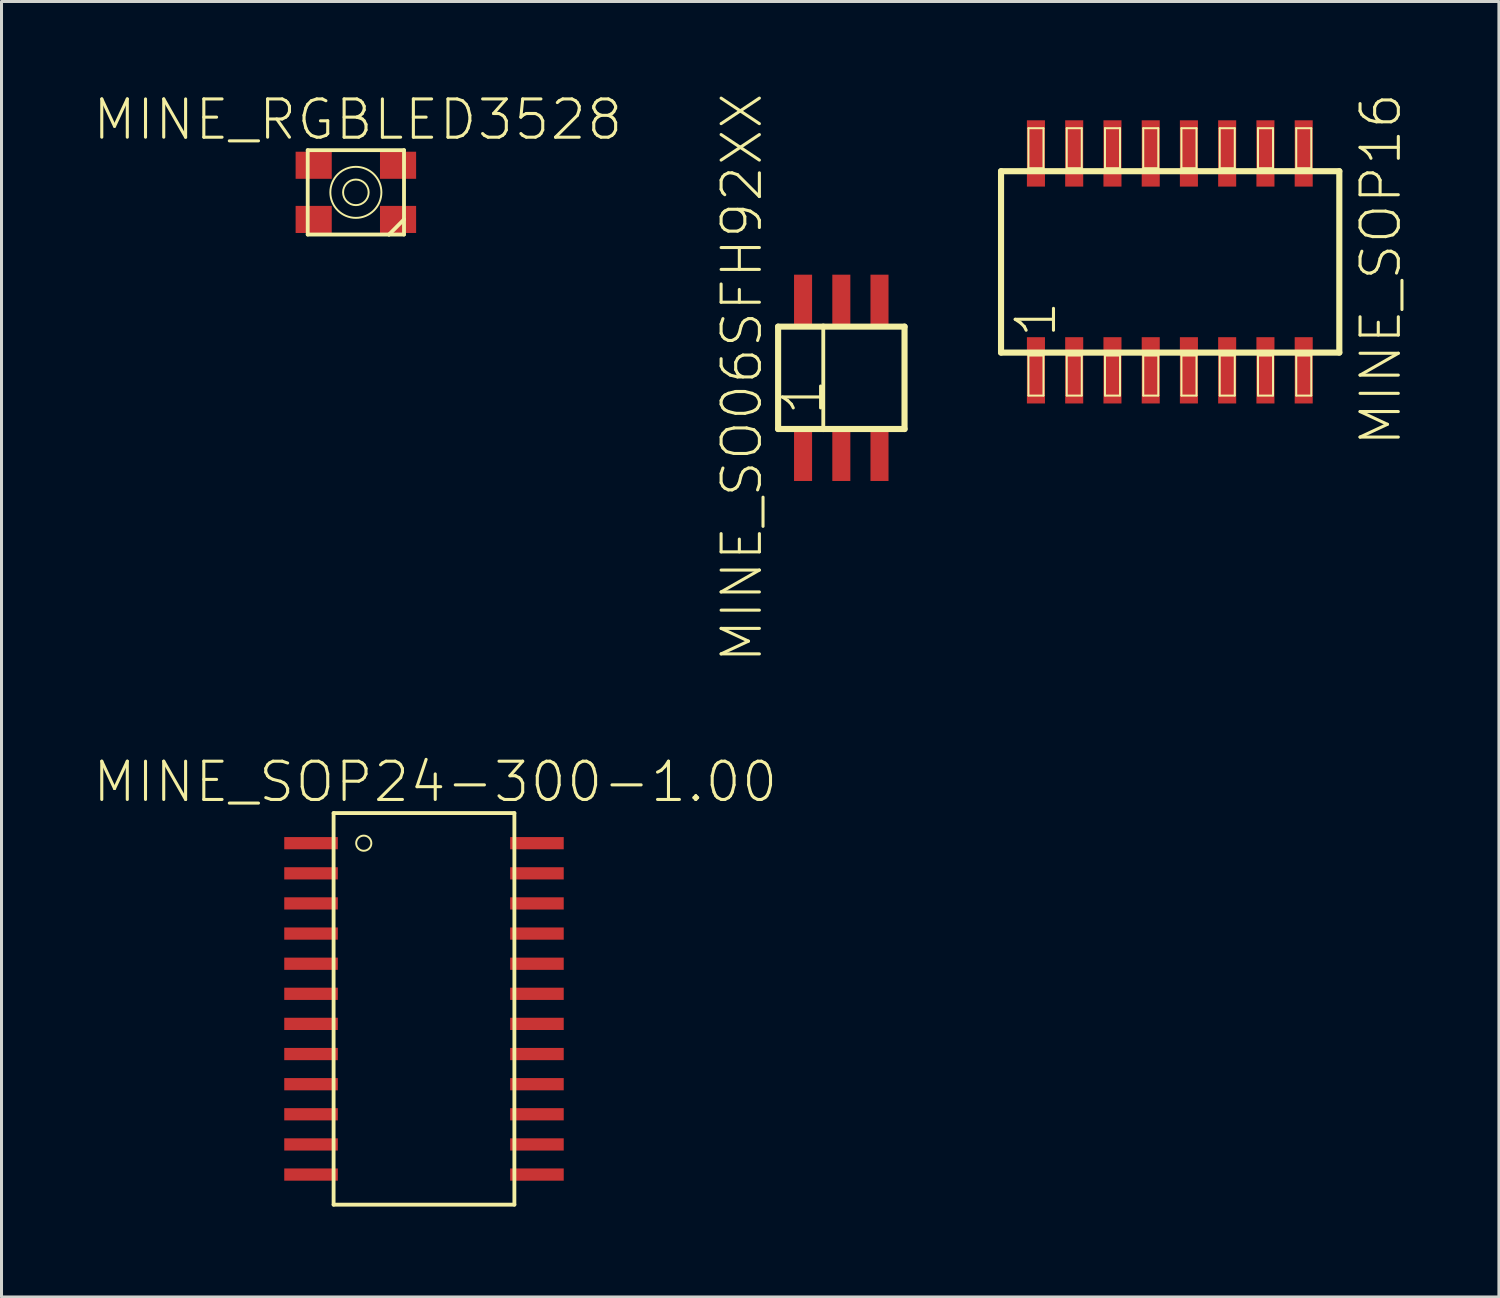
<source format=kicad_pcb>
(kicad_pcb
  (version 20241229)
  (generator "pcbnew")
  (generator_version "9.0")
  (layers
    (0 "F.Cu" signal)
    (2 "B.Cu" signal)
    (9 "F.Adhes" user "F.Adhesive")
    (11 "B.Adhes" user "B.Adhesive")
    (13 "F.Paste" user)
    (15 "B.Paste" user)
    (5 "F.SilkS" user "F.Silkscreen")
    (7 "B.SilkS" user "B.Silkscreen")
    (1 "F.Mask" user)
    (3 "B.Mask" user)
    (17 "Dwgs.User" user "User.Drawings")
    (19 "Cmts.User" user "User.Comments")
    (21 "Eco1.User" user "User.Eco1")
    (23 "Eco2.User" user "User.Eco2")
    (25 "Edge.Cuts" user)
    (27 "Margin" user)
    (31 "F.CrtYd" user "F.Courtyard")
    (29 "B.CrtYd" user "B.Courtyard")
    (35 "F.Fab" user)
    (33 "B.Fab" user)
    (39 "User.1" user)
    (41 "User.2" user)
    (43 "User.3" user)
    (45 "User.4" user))
  (footprint "MINE_RGBLED3528"
    (layer "F.Cu")
    (at 8.761 3.334)
    (property "Reference" "MINE_RGBLED3528" (at 0.064 -2.413 0) (layer "F.SilkS") (effects (font (size 1.27 1.27) (thickness 0.102))))
    (attr smd)
    (fp_line (start -1.598 -1.4) (end -1.598 1.4) (stroke (width 0.127) (type solid)) (layer "F.SilkS"))
    (fp_line (start -1.598 -1.4) (end 1.598 -1.4) (stroke (width 0.127) (type solid)) (layer "F.SilkS"))
    (fp_line (start -1.598 1.4) (end 1.1 1.4) (stroke (width 0.127) (type solid)) (layer "F.SilkS"))
    (fp_line (start 1.1 1.4) (end 1.598 0.899) (stroke (width 0.127) (type solid)) (layer "F.SilkS"))
    (fp_line (start 1.1 1.4) (end 1.598 1.4) (stroke (width 0.127) (type solid)) (layer "F.SilkS"))
    (fp_line (start 1.598 0.899) (end 1.598 -1.4) (stroke (width 0.127) (type solid)) (layer "F.SilkS"))
    (fp_line (start 1.598 1.4) (end 1.598 0.899) (stroke (width 0.127) (type solid)) (layer "F.SilkS"))
    (fp_circle (center 0 0) (end -0.599 0.599) (stroke (width 0.064) (type solid)) (fill no) (layer "F.SilkS"))
    (fp_circle (center 0 0) (end -0.3 0.3) (stroke (width 0.064) (type solid)) (fill no) (layer "F.SilkS"))
    (pad "1" smd rect (at 1.4 0.899) (size 1.199 0.899) (layers "F.Cu" "F.Mask" "F.Paste"))
    (pad "2" smd rect (at -1.4 0.899) (size 1.199 0.899) (layers "F.Cu" "F.Mask" "F.Paste"))
    (pad "3" smd rect (at -1.4 -0.899) (size 1.199 0.899) (layers "F.Cu" "F.Mask" "F.Paste"))
    (pad "4" smd rect (at 1.4 -0.899) (size 1.199 0.899) (layers "F.Cu" "F.Mask" "F.Paste")))
  (footprint "MINE_SOP16"
    (layer "F.Cu")
    (at 35.777 5.642)
    (property "Reference" "MINE_SOP16" (at 7 0.25 90) (layer "F.SilkS") (effects (font (size 1.27 1.27) (thickness 0.102))))
    (attr smd)
    (fp_line (start -5.603 -3.01) (end 5.624 -3.01) (stroke (width 0.203) (type solid)) (layer "F.SilkS"))
    (fp_line (start -5.603 3.01) (end -5.603 -3.01) (stroke (width 0.203) (type solid)) (layer "F.SilkS"))
    (fp_line (start -4.694 -4.437) (end -4.194 -4.437) (stroke (width 0.066) (type solid)) (layer "F.SilkS"))
    (fp_line (start -4.694 -3.109) (end -4.694 -4.437) (stroke (width 0.066) (type solid)) (layer "F.SilkS"))
    (fp_line (start -4.694 -3.109) (end -4.194 -3.109) (stroke (width 0.066) (type solid)) (layer "F.SilkS"))
    (fp_line (start -4.694 3.109) (end -4.194 3.109) (stroke (width 0.066) (type solid)) (layer "F.SilkS"))
    (fp_line (start -4.694 4.437) (end -4.694 3.109) (stroke (width 0.066) (type solid)) (layer "F.SilkS"))
    (fp_line (start -4.694 4.437) (end -4.194 4.437) (stroke (width 0.066) (type solid)) (layer "F.SilkS"))
    (fp_line (start -4.194 -3.109) (end -4.194 -4.437) (stroke (width 0.066) (type solid)) (layer "F.SilkS"))
    (fp_line (start -4.194 4.437) (end -4.194 3.109) (stroke (width 0.066) (type solid)) (layer "F.SilkS"))
    (fp_line (start -3.424 -4.437) (end -2.924 -4.437) (stroke (width 0.066) (type solid)) (layer "F.SilkS"))
    (fp_line (start -3.424 -3.109) (end -3.424 -4.437) (stroke (width 0.066) (type solid)) (layer "F.SilkS"))
    (fp_line (start -3.424 -3.109) (end -2.924 -3.109) (stroke (width 0.066) (type solid)) (layer "F.SilkS"))
    (fp_line (start -3.424 3.109) (end -2.924 3.109) (stroke (width 0.066) (type solid)) (layer "F.SilkS"))
    (fp_line (start -3.424 4.437) (end -3.424 3.109) (stroke (width 0.066) (type solid)) (layer "F.SilkS"))
    (fp_line (start -3.424 4.437) (end -2.924 4.437) (stroke (width 0.066) (type solid)) (layer "F.SilkS"))
    (fp_line (start -2.924 -3.109) (end -2.924 -4.437) (stroke (width 0.066) (type solid)) (layer "F.SilkS"))
    (fp_line (start -2.924 4.437) (end -2.924 3.109) (stroke (width 0.066) (type solid)) (layer "F.SilkS"))
    (fp_line (start -2.154 -4.437) (end -1.654 -4.437) (stroke (width 0.066) (type solid)) (layer "F.SilkS"))
    (fp_line (start -2.154 -3.109) (end -2.154 -4.437) (stroke (width 0.066) (type solid)) (layer "F.SilkS"))
    (fp_line (start -2.154 -3.109) (end -1.654 -3.109) (stroke (width 0.066) (type solid)) (layer "F.SilkS"))
    (fp_line (start -2.154 3.109) (end -1.654 3.109) (stroke (width 0.066) (type solid)) (layer "F.SilkS"))
    (fp_line (start -2.154 4.437) (end -2.154 3.109) (stroke (width 0.066) (type solid)) (layer "F.SilkS"))
    (fp_line (start -2.154 4.437) (end -1.654 4.437) (stroke (width 0.066) (type solid)) (layer "F.SilkS"))
    (fp_line (start -1.654 -3.109) (end -1.654 -4.437) (stroke (width 0.066) (type solid)) (layer "F.SilkS"))
    (fp_line (start -1.654 4.437) (end -1.654 3.109) (stroke (width 0.066) (type solid)) (layer "F.SilkS"))
    (fp_line (start -0.884 -4.437) (end -0.384 -4.437) (stroke (width 0.066) (type solid)) (layer "F.SilkS"))
    (fp_line (start -0.884 -3.109) (end -0.884 -4.437) (stroke (width 0.066) (type solid)) (layer "F.SilkS"))
    (fp_line (start -0.884 -3.109) (end -0.384 -3.109) (stroke (width 0.066) (type solid)) (layer "F.SilkS"))
    (fp_line (start -0.884 3.109) (end -0.384 3.109) (stroke (width 0.066) (type solid)) (layer "F.SilkS"))
    (fp_line (start -0.884 4.437) (end -0.884 3.109) (stroke (width 0.066) (type solid)) (layer "F.SilkS"))
    (fp_line (start -0.884 4.437) (end -0.384 4.437) (stroke (width 0.066) (type solid)) (layer "F.SilkS"))
    (fp_line (start -0.384 -3.109) (end -0.384 -4.437) (stroke (width 0.066) (type solid)) (layer "F.SilkS"))
    (fp_line (start -0.384 4.437) (end -0.384 3.109) (stroke (width 0.066) (type solid)) (layer "F.SilkS"))
    (fp_line (start 0.384 -4.437) (end 0.884 -4.437) (stroke (width 0.066) (type solid)) (layer "F.SilkS"))
    (fp_line (start 0.384 -3.109) (end 0.384 -4.437) (stroke (width 0.066) (type solid)) (layer "F.SilkS"))
    (fp_line (start 0.384 -3.109) (end 0.884 -3.109) (stroke (width 0.066) (type solid)) (layer "F.SilkS"))
    (fp_line (start 0.384 3.109) (end 0.884 3.109) (stroke (width 0.066) (type solid)) (layer "F.SilkS"))
    (fp_line (start 0.384 4.437) (end 0.384 3.109) (stroke (width 0.066) (type solid)) (layer "F.SilkS"))
    (fp_line (start 0.384 4.437) (end 0.884 4.437) (stroke (width 0.066) (type solid)) (layer "F.SilkS"))
    (fp_line (start 0.884 -3.109) (end 0.884 -4.437) (stroke (width 0.066) (type solid)) (layer "F.SilkS"))
    (fp_line (start 0.884 4.437) (end 0.884 3.109) (stroke (width 0.066) (type solid)) (layer "F.SilkS"))
    (fp_line (start 1.654 -4.437) (end 2.154 -4.437) (stroke (width 0.066) (type solid)) (layer "F.SilkS"))
    (fp_line (start 1.654 -3.109) (end 1.654 -4.437) (stroke (width 0.066) (type solid)) (layer "F.SilkS"))
    (fp_line (start 1.654 -3.109) (end 2.154 -3.109) (stroke (width 0.066) (type solid)) (layer "F.SilkS"))
    (fp_line (start 1.654 3.109) (end 2.154 3.109) (stroke (width 0.066) (type solid)) (layer "F.SilkS"))
    (fp_line (start 1.654 4.437) (end 1.654 3.109) (stroke (width 0.066) (type solid)) (layer "F.SilkS"))
    (fp_line (start 1.654 4.437) (end 2.154 4.437) (stroke (width 0.066) (type solid)) (layer "F.SilkS"))
    (fp_line (start 2.154 -3.109) (end 2.154 -4.437) (stroke (width 0.066) (type solid)) (layer "F.SilkS"))
    (fp_line (start 2.154 4.437) (end 2.154 3.109) (stroke (width 0.066) (type solid)) (layer "F.SilkS"))
    (fp_line (start 2.924 -4.437) (end 3.424 -4.437) (stroke (width 0.066) (type solid)) (layer "F.SilkS"))
    (fp_line (start 2.924 -3.109) (end 2.924 -4.437) (stroke (width 0.066) (type solid)) (layer "F.SilkS"))
    (fp_line (start 2.924 -3.109) (end 3.424 -3.109) (stroke (width 0.066) (type solid)) (layer "F.SilkS"))
    (fp_line (start 2.924 3.109) (end 3.424 3.109) (stroke (width 0.066) (type solid)) (layer "F.SilkS"))
    (fp_line (start 2.924 4.437) (end 2.924 3.109) (stroke (width 0.066) (type solid)) (layer "F.SilkS"))
    (fp_line (start 2.924 4.437) (end 3.424 4.437) (stroke (width 0.066) (type solid)) (layer "F.SilkS"))
    (fp_line (start 3.424 -3.109) (end 3.424 -4.437) (stroke (width 0.066) (type solid)) (layer "F.SilkS"))
    (fp_line (start 3.424 4.437) (end 3.424 3.109) (stroke (width 0.066) (type solid)) (layer "F.SilkS"))
    (fp_line (start 4.194 -4.437) (end 4.694 -4.437) (stroke (width 0.066) (type solid)) (layer "F.SilkS"))
    (fp_line (start 4.194 -3.109) (end 4.194 -4.437) (stroke (width 0.066) (type solid)) (layer "F.SilkS"))
    (fp_line (start 4.194 -3.109) (end 4.694 -3.109) (stroke (width 0.066) (type solid)) (layer "F.SilkS"))
    (fp_line (start 4.194 3.109) (end 4.694 3.109) (stroke (width 0.066) (type solid)) (layer "F.SilkS"))
    (fp_line (start 4.194 4.437) (end 4.194 3.109) (stroke (width 0.066) (type solid)) (layer "F.SilkS"))
    (fp_line (start 4.194 4.437) (end 4.694 4.437) (stroke (width 0.066) (type solid)) (layer "F.SilkS"))
    (fp_line (start 4.694 -3.109) (end 4.694 -4.437) (stroke (width 0.066) (type solid)) (layer "F.SilkS"))
    (fp_line (start 4.694 4.437) (end 4.694 3.109) (stroke (width 0.066) (type solid)) (layer "F.SilkS"))
    (fp_line (start 5.624 -3.01) (end 5.624 3.01) (stroke (width 0.203) (type solid)) (layer "F.SilkS"))
    (fp_line (start 5.624 3.01) (end -5.603 3.01) (stroke (width 0.203) (type solid)) (layer "F.SilkS"))
    (fp_text user "1" (at -4.445 1.905 90) (layer "F.SilkS") (effects (font (size 1.27 1.27) (thickness 0.102))))
    (pad "1" smd rect (at -4.445 3.599) (size 0.599 2.2) (layers "F.Cu" "F.Mask" "F.Paste"))
    (pad "2" smd rect (at -3.175 3.599) (size 0.599 2.2) (layers "F.Cu" "F.Mask" "F.Paste"))
    (pad "3" smd rect (at -1.905 3.599) (size 0.599 2.2) (layers "F.Cu" "F.Mask" "F.Paste"))
    (pad "4" smd rect (at -0.635 3.599) (size 0.599 2.2) (layers "F.Cu" "F.Mask" "F.Paste"))
    (pad "5" smd rect (at 0.632 3.599) (size 0.599 2.2) (layers "F.Cu" "F.Mask" "F.Paste"))
    (pad "6" smd rect (at 1.902 3.599) (size 0.599 2.2) (layers "F.Cu" "F.Mask" "F.Paste"))
    (pad "7" smd rect (at 3.172 3.599) (size 0.599 2.2) (layers "F.Cu" "F.Mask" "F.Paste"))
    (pad "8" smd rect (at 4.442 3.599) (size 0.599 2.2) (layers "F.Cu" "F.Mask" "F.Paste"))
    (pad "9" smd rect (at 4.442 -3.599) (size 0.599 2.2) (layers "F.Cu" "F.Mask" "F.Paste"))
    (pad "10" smd rect (at 3.172 -3.599) (size 0.599 2.2) (layers "F.Cu" "F.Mask" "F.Paste"))
    (pad "11" smd rect (at 1.902 -3.599) (size 0.599 2.2) (layers "F.Cu" "F.Mask" "F.Paste"))
    (pad "12" smd rect (at 0.632 -3.599) (size 0.599 2.2) (layers "F.Cu" "F.Mask" "F.Paste"))
    (pad "13" smd rect (at -0.635 -3.599) (size 0.599 2.2) (layers "F.Cu" "F.Mask" "F.Paste"))
    (pad "14" smd rect (at -1.905 -3.599) (size 0.599 2.2) (layers "F.Cu" "F.Mask" "F.Paste"))
    (pad "15" smd rect (at -3.175 -3.599) (size 0.599 2.2) (layers "F.Cu" "F.Mask" "F.Paste"))
    (pad "16" smd rect (at -4.445 -3.599) (size 0.599 2.2) (layers "F.Cu" "F.Mask" "F.Paste")))
  (footprint "MINE_SOP24-300-1.00"
    (layer "F.Cu")
    (at 11.022 29.934)
    (property "Reference" "MINE_SOP24-300-1.00" (at 0.373 -7.033 0) (layer "F.SilkS") (effects (font (size 1.27 1.27) (thickness 0.102))))
    (attr smd)
    (fp_line (start -3 -5.999) (end 3 -5.999) (stroke (width 0.127) (type solid)) (layer "F.SilkS"))
    (fp_line (start -3 6.998) (end -3 -5.999) (stroke (width 0.127) (type solid)) (layer "F.SilkS"))
    (fp_line (start 3 -5.999) (end 3 6.998) (stroke (width 0.127) (type solid)) (layer "F.SilkS"))
    (fp_line (start 3 6.998) (end -3 6.998) (stroke (width 0.127) (type solid)) (layer "F.SilkS"))
    (fp_circle (center -1.999 -4.999) (end -2.177 -5.177) (stroke (width 0.064) (type solid)) (fill no) (layer "F.SilkS"))
    (pad "1" smd rect (at -3.749 -4.999) (size 1.778 0.406) (layers "F.Cu" "F.Mask" "F.Paste"))
    (pad "2" smd rect (at -3.749 -3.998) (size 1.778 0.406) (layers "F.Cu" "F.Mask" "F.Paste"))
    (pad "3" smd rect (at -3.749 -3) (size 1.778 0.406) (layers "F.Cu" "F.Mask" "F.Paste"))
    (pad "4" smd rect (at -3.749 -1.999) (size 1.778 0.406) (layers "F.Cu" "F.Mask" "F.Paste"))
    (pad "5" smd rect (at -3.749 -0.998) (size 1.778 0.406) (layers "F.Cu" "F.Mask" "F.Paste"))
    (pad "6" smd rect (at -3.749 0) (size 1.778 0.406) (layers "F.Cu" "F.Mask" "F.Paste"))
    (pad "7" smd rect (at -3.749 0.998) (size 1.778 0.406) (layers "F.Cu" "F.Mask" "F.Paste"))
    (pad "8" smd rect (at -3.749 1.999) (size 1.778 0.406) (layers "F.Cu" "F.Mask" "F.Paste"))
    (pad "9" smd rect (at -3.749 3) (size 1.778 0.406) (layers "F.Cu" "F.Mask" "F.Paste"))
    (pad "10" smd rect (at -3.749 3.998) (size 1.778 0.406) (layers "F.Cu" "F.Mask" "F.Paste"))
    (pad "11" smd rect (at -3.749 4.999) (size 1.778 0.406) (layers "F.Cu" "F.Mask" "F.Paste"))
    (pad "12" smd rect (at -3.749 5.999) (size 1.778 0.406) (layers "F.Cu" "F.Mask" "F.Paste"))
    (pad "13" smd rect (at 3.749 5.999) (size 1.778 0.406) (layers "F.Cu" "F.Mask" "F.Paste"))
    (pad "14" smd rect (at 3.749 4.999) (size 1.778 0.406) (layers "F.Cu" "F.Mask" "F.Paste"))
    (pad "15" smd rect (at 3.749 3.998) (size 1.778 0.406) (layers "F.Cu" "F.Mask" "F.Paste"))
    (pad "16" smd rect (at 3.749 3) (size 1.778 0.406) (layers "F.Cu" "F.Mask" "F.Paste"))
    (pad "17" smd rect (at 3.749 1.999) (size 1.778 0.406) (layers "F.Cu" "F.Mask" "F.Paste"))
    (pad "18" smd rect (at 3.749 0.998) (size 1.778 0.406) (layers "F.Cu" "F.Mask" "F.Paste"))
    (pad "19" smd rect (at 3.749 0) (size 1.778 0.406) (layers "F.Cu" "F.Mask" "F.Paste"))
    (pad "20" smd rect (at 3.749 -0.998) (size 1.778 0.406) (layers "F.Cu" "F.Mask" "F.Paste"))
    (pad "21" smd rect (at 3.749 -1.999) (size 1.778 0.406) (layers "F.Cu" "F.Mask" "F.Paste"))
    (pad "22" smd rect (at 3.749 -3) (size 1.778 0.406) (layers "F.Cu" "F.Mask" "F.Paste"))
    (pad "23" smd rect (at 3.749 -3.998) (size 1.778 0.406) (layers "F.Cu" "F.Mask" "F.Paste"))
    (pad "24" smd rect (at 3.749 -4.999) (size 1.778 0.406) (layers "F.Cu" "F.Mask" "F.Paste")))
  (footprint "MINE_SO06SFH92XX"
    (layer "F.Cu")
    (at 24.873 9.49)
    (property "Reference" "MINE_SO06SFH92XX" (at -3.302 0 90) (layer "F.SilkS") (effects (font (size 1.27 1.27) (thickness 0.102))))
    (attr smd)
    (fp_line (start -2.098 -1.699) (end -0.599 -1.699) (stroke (width 0.203) (type solid)) (layer "F.SilkS"))
    (fp_line (start -2.098 1.699) (end -2.098 -1.699) (stroke (width 0.203) (type solid)) (layer "F.SilkS"))
    (fp_line (start -1.519 -1.725) (end -1.019 -1.725) (stroke (width 0.066) (type solid)) (layer "F.SilkS"))
    (fp_line (start -1.519 1.725) (end -1.019 1.725) (stroke (width 0.066) (type solid)) (layer "F.SilkS"))
    (fp_line (start -0.599 -1.699) (end -0.599 1.699) (stroke (width 0.127) (type solid)) (layer "F.SilkS"))
    (fp_line (start -0.599 -1.699) (end 2.098 -1.699) (stroke (width 0.203) (type solid)) (layer "F.SilkS"))
    (fp_line (start -0.599 1.699) (end -2.098 1.699) (stroke (width 0.203) (type solid)) (layer "F.SilkS"))
    (fp_line (start -0.249 -1.725) (end 0.249 -1.725) (stroke (width 0.066) (type solid)) (layer "F.SilkS"))
    (fp_line (start -0.249 1.725) (end 0.249 1.725) (stroke (width 0.066) (type solid)) (layer "F.SilkS"))
    (fp_line (start 1.019 -1.725) (end 1.519 -1.725) (stroke (width 0.066) (type solid)) (layer "F.SilkS"))
    (fp_line (start 1.019 1.725) (end 1.519 1.725) (stroke (width 0.066) (type solid)) (layer "F.SilkS"))
    (fp_line (start 2.098 -1.699) (end 2.098 1.699) (stroke (width 0.203) (type solid)) (layer "F.SilkS"))
    (fp_line (start 2.098 1.699) (end -0.599 1.699) (stroke (width 0.203) (type solid)) (layer "F.SilkS"))
    (fp_text user "1" (at -1.27 0.635 90) (layer "F.SilkS") (effects (font (size 1.27 1.27) (thickness 0.102))))
    (pad "1" smd rect (at -1.27 2.598) (size 0.599 1.651) (layers "F.Cu" "F.Mask" "F.Paste"))
    (pad "2" smd rect (at 0 2.598) (size 0.599 1.651) (layers "F.Cu" "F.Mask" "F.Paste"))
    (pad "3" smd rect (at 1.267 2.598) (size 0.599 1.651) (layers "F.Cu" "F.Mask" "F.Paste"))
    (pad "4" smd rect (at 1.267 -2.598) (size 0.599 1.651) (layers "F.Cu" "F.Mask" "F.Paste"))
    (pad "5" smd rect (at 0 -2.598) (size 0.599 1.651) (layers "F.Cu" "F.Mask" "F.Paste"))
    (pad "6" smd rect (at -1.27 -2.598) (size 0.599 1.651) (layers "F.Cu" "F.Mask" "F.Paste")))
  (gr_rect
    (start -3 -3)
    (end 46.698 39.996)
    (stroke (width 0.1) (type default))
    (fill no)
    (layer "Edge.Cuts")))
</source>
